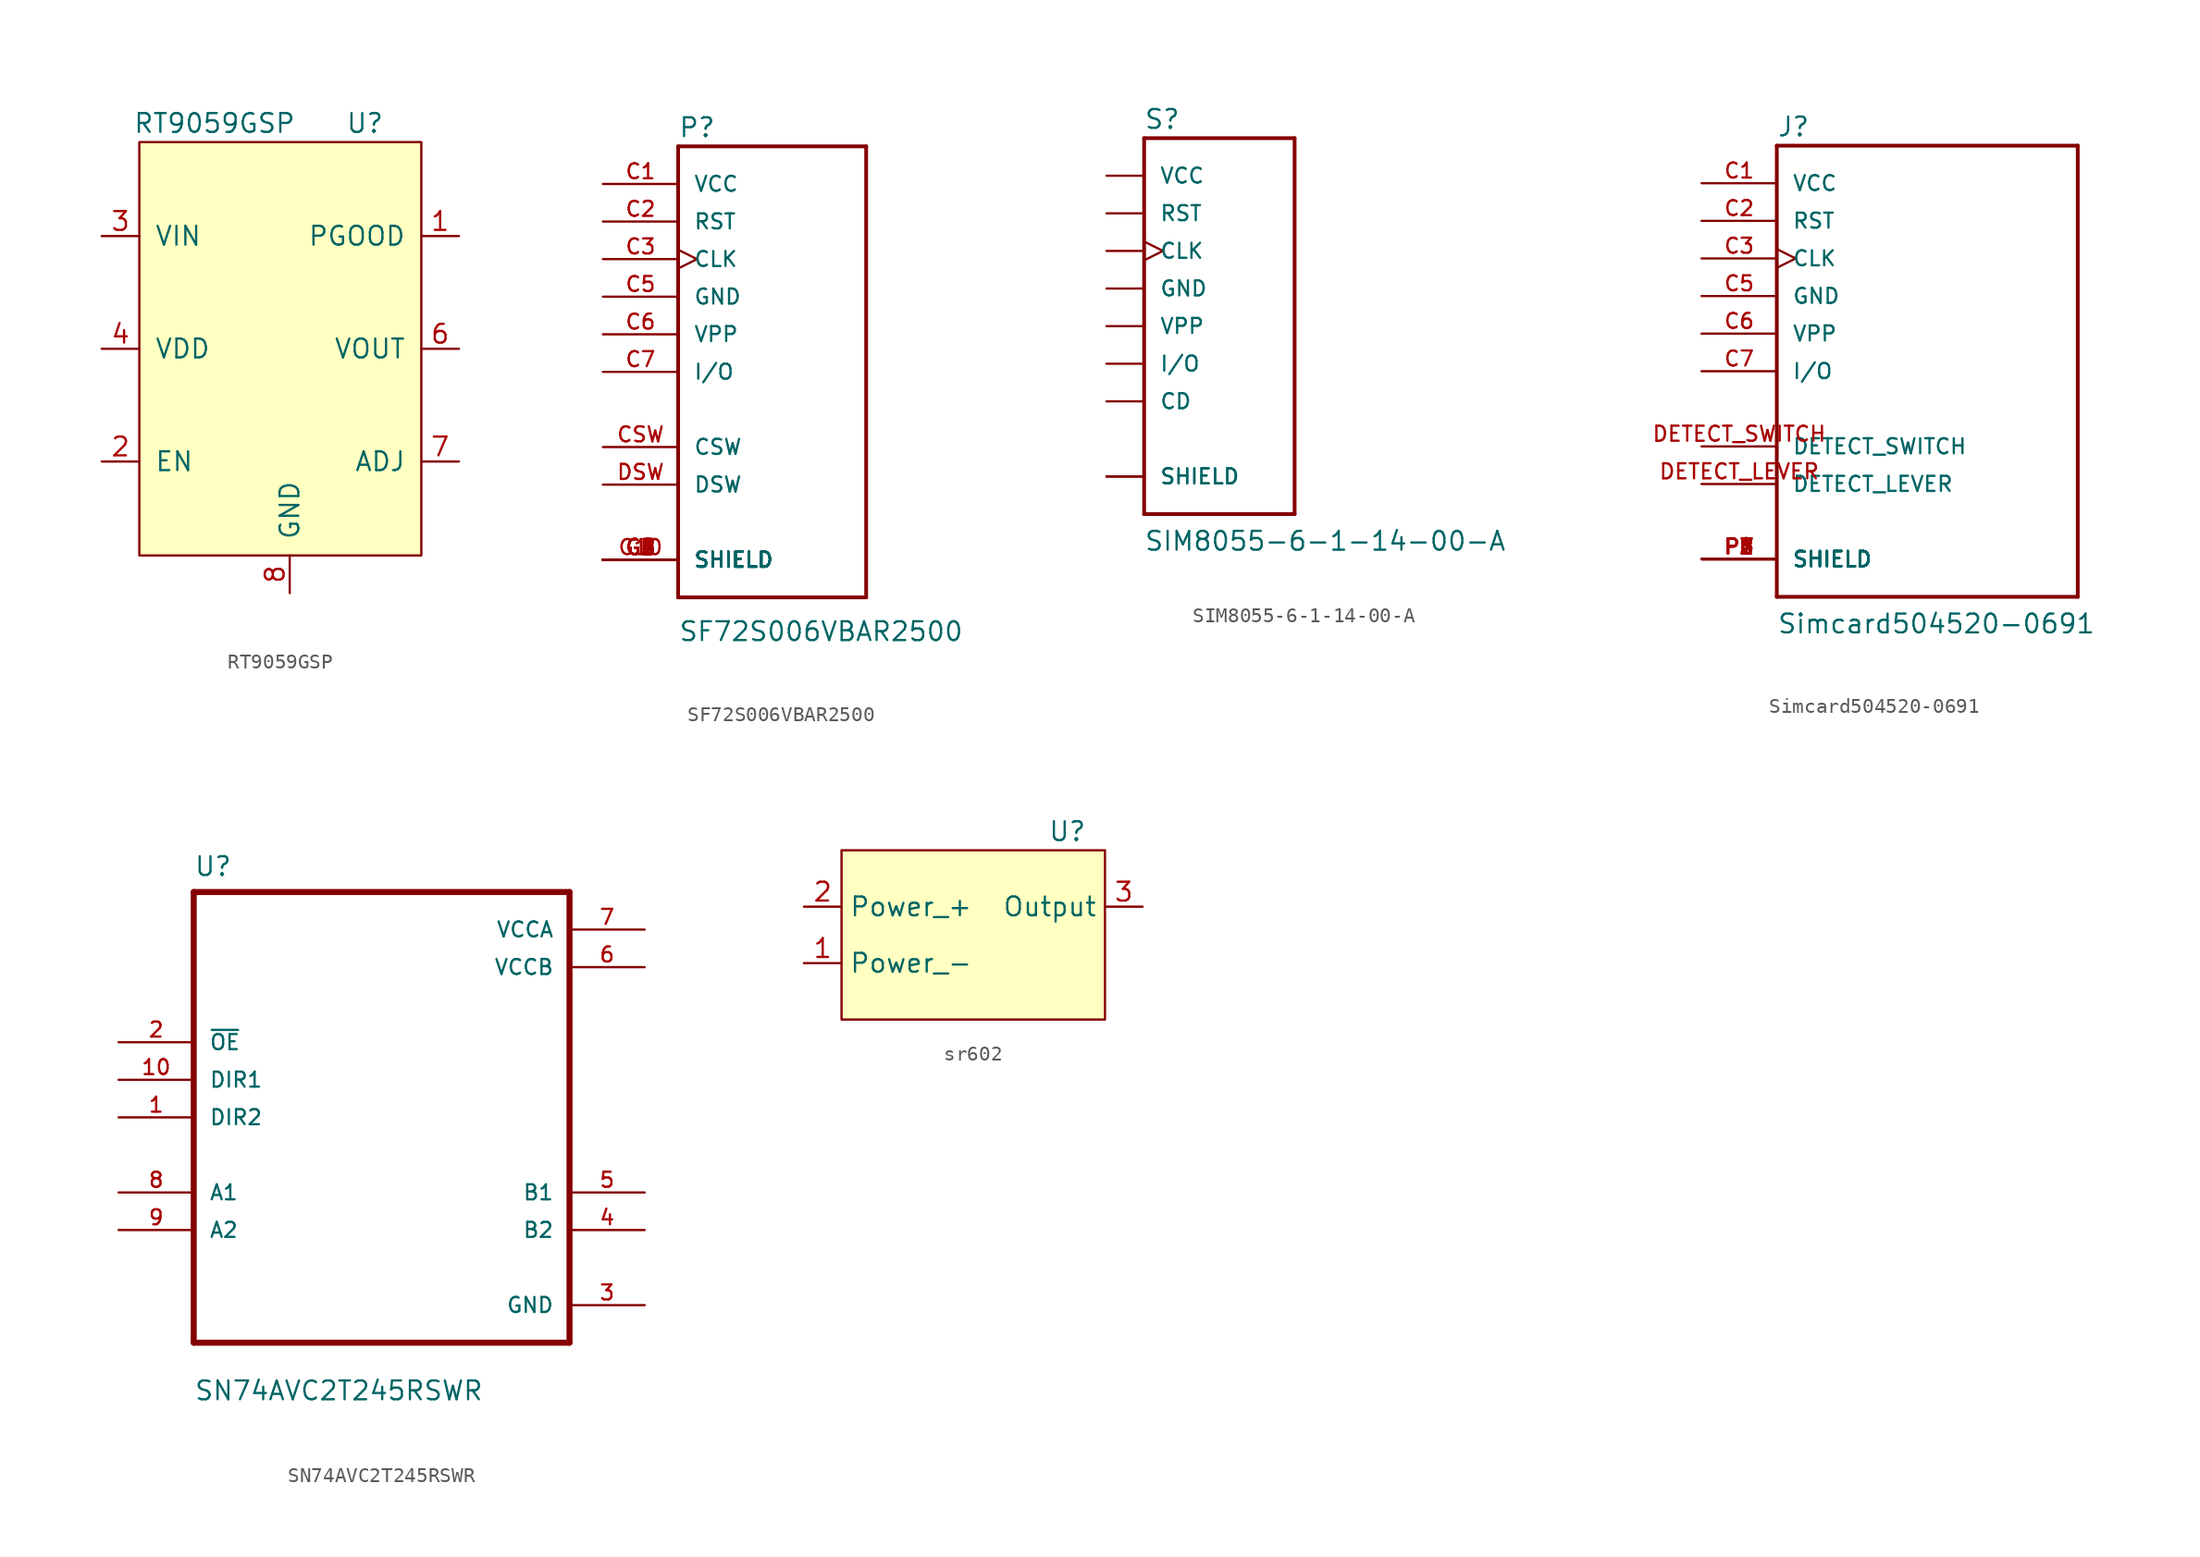
<source format=kicad_sym>
(kicad_symbol_lib
  (version 20220914)
  (generator kicad_symbol_editor)
  (symbol "RT9059GSP"
    (pin_names
      (offset 1.016))
    (property "Reference" "U"
      (at 5.08 19.05 0)
      (effects (font (size 1.27 1.27))))
    (property "Value" "RT9059GSP"
      (at -5.08 19.05 0)
      (effects (font (size 1.27 1.27))))
    (symbol "RT9059GSP_0_1"
      (rectangle (start -10.16 17.78) (end 8.89 -10.16) (stroke (width 0) (type solid)) (fill (type background))))
    (symbol "RT9059GSP_1_1"
      (pin output line (at 11.43 11.43 180) (length 2.54) (name "PGOOD" (effects (font (size 1.27 1.27)))) (number "1" (effects (font (size 1.27 1.27)))))
      (pin input line (at -12.7 -3.81 0) (length 2.54) (name "EN" (effects (font (size 1.27 1.27)))) (number "2" (effects (font (size 1.27 1.27)))))
      (pin power_in line (at -12.7 11.43 0) (length 2.54) (name "VIN" (effects (font (size 1.27 1.27)))) (number "3" (effects (font (size 1.27 1.27)))))
      (pin power_in line (at -12.7 3.81 0) (length 2.54) (name "VDD" (effects (font (size 1.27 1.27)))) (number "4" (effects (font (size 1.27 1.27)))))
      (pin output line (at 11.43 3.81 180) (length 2.54) (name "VOUT" (effects (font (size 1.27 1.27)))) (number "6" (effects (font (size 1.27 1.27)))))
      (pin input line (at 11.43 -3.81 180) (length 2.54) (name "ADJ" (effects (font (size 1.27 1.27)))) (number "7" (effects (font (size 1.27 1.27)))))
      (pin power_in line (at 0 -12.7 90) (length 2.54) (name "GND" (effects (font (size 1.27 1.27)))) (number "8" (effects (font (size 1.27 1.27)))))
      (pin passive line (at 0 -12.7 90) (length 2.54) hide (name "GND" (effects (font (size 1.27 1.27)))) (number "9" (effects (font (size 1.27 1.27)))))))
  (symbol "SF72S006VBAR2500"
    (pin_names
      (offset 1.016))
    (property "Reference" "P"
      (at 0 15.773 0)
      (effects (font (size 1.27 1.27)) (justify left bottom)))
    (property "Value" "SF72S006VBAR2500"
      (at 0 -18.288 0)
      (effects (font (size 1.27 1.27)) (justify left bottom)))
    (symbol "SF72S006VBAR2500_0_0"
      (polyline (pts (xy 0 -15.24) (xy 12.7 -15.24)) (stroke (width 0.254) (type solid)) (fill (type none)))
      (polyline (pts (xy 0 15.24) (xy 0 -15.24)) (stroke (width 0.254) (type solid)) (fill (type none)))
      (polyline (pts (xy 12.7 -15.24) (xy 12.7 15.24)) (stroke (width 0.254) (type solid)) (fill (type none)))
      (polyline (pts (xy 12.7 15.24) (xy 0 15.24)) (stroke (width 0.254) (type solid)) (fill (type none)))
      (pin power_in line (at -5.08 12.7 0) (length 5.08) (name "VCC" (effects (font (size 1.016 1.016)))) (number "C1" (effects (font (size 1.016 1.016)))))
      (pin bidirectional line (at -5.08 10.16 0) (length 5.08) (name "RST" (effects (font (size 1.016 1.016)))) (number "C2" (effects (font (size 1.016 1.016)))))
      (pin bidirectional clock (at -5.08 7.62 0) (length 5.08) (name "CLK" (effects (font (size 1.016 1.016)))) (number "C3" (effects (font (size 1.016 1.016)))))
      (pin power_in line (at -5.08 5.08 0) (length 5.08) (name "GND" (effects (font (size 1.016 1.016)))) (number "C5" (effects (font (size 1.016 1.016)))))
      (pin power_in line (at -5.08 2.54 0) (length 5.08) (name "VPP" (effects (font (size 1.016 1.016)))) (number "C6" (effects (font (size 1.016 1.016)))))
      (pin bidirectional line (at -5.08 0 0) (length 5.08) (name "I/O" (effects (font (size 1.016 1.016)))) (number "C7" (effects (font (size 1.016 1.016)))))
      (pin bidirectional line (at -5.08 -5.08 0) (length 5.08) (name "CSW" (effects (font (size 1.016 1.016)))) (number "CSW" (effects (font (size 1.016 1.016)))))
      (pin bidirectional line (at -5.08 -7.62 0) (length 5.08) (name "DSW" (effects (font (size 1.016 1.016)))) (number "DSW" (effects (font (size 1.016 1.016)))))
      (pin passive line (at -5.08 -12.7 0) (length 5.08) (name "SHIELD" (effects (font (size 1.016 1.016)))) (number "G1" (effects (font (size 1.016 1.016)))))
      (pin passive line (at -5.08 -12.7 0) (length 5.08) (name "SHIELD" (effects (font (size 1.016 1.016)))) (number "G10" (effects (font (size 1.016 1.016)))))
      (pin passive line (at -5.08 -12.7 0) (length 5.08) (name "SHIELD" (effects (font (size 1.016 1.016)))) (number "G2" (effects (font (size 1.016 1.016)))))
      (pin passive line (at -5.08 -12.7 0) (length 5.08) (name "SHIELD" (effects (font (size 1.016 1.016)))) (number "G3" (effects (font (size 1.016 1.016)))))
      (pin passive line (at -5.08 -12.7 0) (length 5.08) (name "SHIELD" (effects (font (size 1.016 1.016)))) (number "G4" (effects (font (size 1.016 1.016)))))
      (pin passive line (at -5.08 -12.7 0) (length 5.08) (name "SHIELD" (effects (font (size 1.016 1.016)))) (number "G5" (effects (font (size 1.016 1.016)))))
      (pin passive line (at -5.08 -12.7 0) (length 5.08) (name "SHIELD" (effects (font (size 1.016 1.016)))) (number "G6" (effects (font (size 1.016 1.016)))))
      (pin passive line (at -5.08 -12.7 0) (length 5.08) (name "SHIELD" (effects (font (size 1.016 1.016)))) (number "G7" (effects (font (size 1.016 1.016)))))
      (pin passive line (at -5.08 -12.7 0) (length 5.08) (name "SHIELD" (effects (font (size 1.016 1.016)))) (number "G8" (effects (font (size 1.016 1.016)))))
      (pin passive line (at -5.08 -12.7 0) (length 5.08) (name "SHIELD" (effects (font (size 1.016 1.016)))) (number "G9" (effects (font (size 1.016 1.016)))))))
  (symbol "SIM8055-6-1-14-00-A"
    (pin_numbers hide)
    (pin_names
      (offset 1.016))
    (property "Reference" "S"
      (at -5.105 13.233 0)
      (effects (font (size 1.27 1.27)) (justify left bottom)))
    (property "Value" "SIM8055-6-1-14-00-A"
      (at -5.105 -15.265 0)
      (effects (font (size 1.27 1.27)) (justify left bottom)))
    (symbol "SIM8055-6-1-14-00-A_0_0"
      (polyline (pts (xy -5.08 -12.7) (xy -5.08 12.7)) (stroke (width 0.254) (type solid)) (fill (type none)))
      (polyline (pts (xy -5.08 12.7) (xy 5.08 12.7)) (stroke (width 0.254) (type solid)) (fill (type none)))
      (polyline (pts (xy 5.08 -12.7) (xy -5.08 -12.7)) (stroke (width 0.254) (type solid)) (fill (type none)))
      (polyline (pts (xy 5.08 12.7) (xy 5.08 -12.7)) (stroke (width 0.254) (type solid)) (fill (type none)))
      (pin passive line (at -7.62 10.16 0) (length 2.54) (name "VCC" (effects (font (size 1.016 1.016)))) (number "C1" (effects (font (size 1.016 1.016)))))
      (pin passive line (at -7.62 7.62 0) (length 2.54) (name "RST" (effects (font (size 1.016 1.016)))) (number "C2" (effects (font (size 1.016 1.016)))))
      (pin passive clock (at -7.62 5.08 0) (length 2.54) (name "CLK" (effects (font (size 1.016 1.016)))) (number "C3" (effects (font (size 1.016 1.016)))))
      (pin passive line (at -7.62 -10.16 0) (length 2.54) (name "SHIELD" (effects (font (size 1.016 1.016)))) (number "C4" (effects (font (size 1.016 1.016)))))
      (pin passive line (at -7.62 2.54 0) (length 2.54) (name "GND" (effects (font (size 1.016 1.016)))) (number "C5" (effects (font (size 1.016 1.016)))))
      (pin passive line (at -7.62 0 0) (length 2.54) (name "VPP" (effects (font (size 1.016 1.016)))) (number "C6" (effects (font (size 1.016 1.016)))))
      (pin passive line (at -7.62 -2.54 0) (length 2.54) (name "I/O" (effects (font (size 1.016 1.016)))) (number "C7" (effects (font (size 1.016 1.016)))))
      (pin passive line (at -7.62 -10.16 0) (length 2.54) (name "SHIELD" (effects (font (size 1.016 1.016)))) (number "C8" (effects (font (size 1.016 1.016)))))
      (pin passive line (at -7.62 -5.08 0) (length 2.54) (name "CD" (effects (font (size 1.016 1.016)))) (number "CD" (effects (font (size 1.016 1.016)))))))
  (symbol "Simcard504520-0691"
    (pin_names
      (offset 1.016))
    (property "Reference" "J"
      (at 0 15.773 0)
      (effects (font (size 1.27 1.27)) (justify left bottom)))
    (property "Value" "Simcard504520-0691"
      (at 0 -17.805 0)
      (effects (font (size 1.27 1.27)) (justify left bottom)))
    (symbol "Simcard504520-0691_0_0"
      (polyline (pts (xy 0 -15.24) (xy 20.32 -15.24)) (stroke (width 0.254) (type solid)) (fill (type none)))
      (polyline (pts (xy 0 15.24) (xy 0 -15.24)) (stroke (width 0.254) (type solid)) (fill (type none)))
      (polyline (pts (xy 20.32 -15.24) (xy 20.32 15.24)) (stroke (width 0.254) (type solid)) (fill (type none)))
      (polyline (pts (xy 20.32 15.24) (xy 0 15.24)) (stroke (width 0.254) (type solid)) (fill (type none)))
      (pin power_in line (at -5.08 12.7 0) (length 5.08) (name "VCC" (effects (font (size 1.016 1.016)))) (number "C1" (effects (font (size 1.016 1.016)))))
      (pin bidirectional line (at -5.08 10.16 0) (length 5.08) (name "RST" (effects (font (size 1.016 1.016)))) (number "C2" (effects (font (size 1.016 1.016)))))
      (pin bidirectional clock (at -5.08 7.62 0) (length 5.08) (name "CLK" (effects (font (size 1.016 1.016)))) (number "C3" (effects (font (size 1.016 1.016)))))
      (pin power_in line (at -5.08 5.08 0) (length 5.08) (name "GND" (effects (font (size 1.016 1.016)))) (number "C5" (effects (font (size 1.016 1.016)))))
      (pin power_in line (at -5.08 2.54 0) (length 5.08) (name "VPP" (effects (font (size 1.016 1.016)))) (number "C6" (effects (font (size 1.016 1.016)))))
      (pin bidirectional line (at -5.08 0 0) (length 5.08) (name "I/O" (effects (font (size 1.016 1.016)))) (number "C7" (effects (font (size 1.016 1.016)))))
      (pin input line (at -5.08 -7.62 0) (length 5.08) (name "DETECT_LEVER" (effects (font (size 1.016 1.016)))) (number "DETECT_LEVER" (effects (font (size 1.016 1.016)))))
      (pin input line (at -5.08 -5.08 0) (length 5.08) (name "DETECT_SWITCH" (effects (font (size 1.016 1.016)))) (number "DETECT_SWITCH" (effects (font (size 1.016 1.016)))))
      (pin passive line (at -5.08 -12.7 0) (length 5.08) (name "SHIELD" (effects (font (size 1.016 1.016)))) (number "P1" (effects (font (size 1.016 1.016)))))
      (pin passive line (at -5.08 -12.7 0) (length 5.08) (name "SHIELD" (effects (font (size 1.016 1.016)))) (number "P2" (effects (font (size 1.016 1.016)))))
      (pin passive line (at -5.08 -12.7 0) (length 5.08) (name "SHIELD" (effects (font (size 1.016 1.016)))) (number "P3" (effects (font (size 1.016 1.016)))))
      (pin passive line (at -5.08 -12.7 0) (length 5.08) (name "SHIELD" (effects (font (size 1.016 1.016)))) (number "P4" (effects (font (size 1.016 1.016)))))
      (pin passive line (at -5.08 -12.7 0) (length 5.08) (name "SHIELD" (effects (font (size 1.016 1.016)))) (number "P5" (effects (font (size 1.016 1.016)))))
      (pin passive line (at -5.08 -12.7 0) (length 5.08) (name "SHIELD" (effects (font (size 1.016 1.016)))) (number "P6" (effects (font (size 1.016 1.016)))))
      (pin passive line (at -5.08 -12.7 0) (length 5.08) (name "SHIELD" (effects (font (size 1.016 1.016)))) (number "P7" (effects (font (size 1.016 1.016)))))
      (pin passive line (at -5.08 -12.7 0) (length 5.08) (name "SHIELD" (effects (font (size 1.016 1.016)))) (number "P8" (effects (font (size 1.016 1.016)))))))
  (symbol "SN74AVC2T245RSWR"
    (pin_names
      (offset 1.016))
    (property "Reference" "U"
      (at -12.7 16.231 0)
      (effects (font (size 1.27 1.27)) (justify left bottom)))
    (property "Value" "SN74AVC2T245RSWR"
      (at -12.7 -19.228 0)
      (effects (font (size 1.27 1.27)) (justify left bottom)))
    (symbol "SN74AVC2T245RSWR_0_0"
      (polyline (pts (xy -12.7 -15.24) (xy -12.7 15.24)) (stroke (width 0.406) (type solid)) (fill (type none)))
      (polyline (pts (xy -12.7 15.24) (xy 12.7 15.24)) (stroke (width 0.406) (type solid)) (fill (type none)))
      (polyline (pts (xy 12.7 -15.24) (xy -12.7 -15.24)) (stroke (width 0.406) (type solid)) (fill (type none)))
      (polyline (pts (xy 12.7 15.24) (xy 12.7 -15.24)) (stroke (width 0.406) (type solid)) (fill (type none)))
      (pin input line (at -17.78 0 0) (length 5.08) (name "DIR2" (effects (font (size 1.016 1.016)))) (number "1" (effects (font (size 1.016 1.016)))))
      (pin input line (at -17.78 2.54 0) (length 5.08) (name "DIR1" (effects (font (size 1.016 1.016)))) (number "10" (effects (font (size 1.016 1.016)))))
      (pin input line (at -17.78 5.08 0) (length 5.08) (name "~{OE}" (effects (font (size 1.016 1.016)))) (number "2" (effects (font (size 1.016 1.016)))))
      (pin power_in line (at 17.78 -12.7 180) (length 5.08) (name "GND" (effects (font (size 1.016 1.016)))) (number "3" (effects (font (size 1.016 1.016)))))
      (pin bidirectional line (at 17.78 -7.62 180) (length 5.08) (name "B2" (effects (font (size 1.016 1.016)))) (number "4" (effects (font (size 1.016 1.016)))))
      (pin bidirectional line (at 17.78 -5.08 180) (length 5.08) (name "B1" (effects (font (size 1.016 1.016)))) (number "5" (effects (font (size 1.016 1.016)))))
      (pin power_in line (at 17.78 10.16 180) (length 5.08) (name "VCCB" (effects (font (size 1.016 1.016)))) (number "6" (effects (font (size 1.016 1.016)))))
      (pin power_in line (at 17.78 12.7 180) (length 5.08) (name "VCCA" (effects (font (size 1.016 1.016)))) (number "7" (effects (font (size 1.016 1.016)))))
      (pin bidirectional line (at -17.78 -5.08 0) (length 5.08) (name "A1" (effects (font (size 1.016 1.016)))) (number "8" (effects (font (size 1.016 1.016)))))
      (pin bidirectional line (at -17.78 -7.62 0) (length 5.08) (name "A2" (effects (font (size 1.016 1.016)))) (number "9" (effects (font (size 1.016 1.016)))))))
  (symbol "sr602"
    (property "Reference" "U"
      (at 13.97 8.89 0)
      (effects (font (size 1.27 1.27))))
    (property "Value" ""
      (at 0 0 0)
      (effects (font (size 1.27 1.27))))
    (symbol "sr602_1_1"
      (rectangle (start -1.27 7.62) (end 16.51 -3.81) (stroke (width 0) (type default)) (fill (type background)))
      (pin input line (at -3.81 0 0) (length 2.54) (name "Power_-" (effects (font (size 1.27 1.27)))) (number "1" (effects (font (size 1.27 1.27)))))
      (pin input line (at -3.81 3.81 0) (length 2.54) (name "Power_+" (effects (font (size 1.27 1.27)))) (number "2" (effects (font (size 1.27 1.27)))))
      (pin output line (at 19.05 3.81 180) (length 2.54) (name "Output" (effects (font (size 1.27 1.27)))) (number "3" (effects (font (size 1.27 1.27))))))))
</source>
